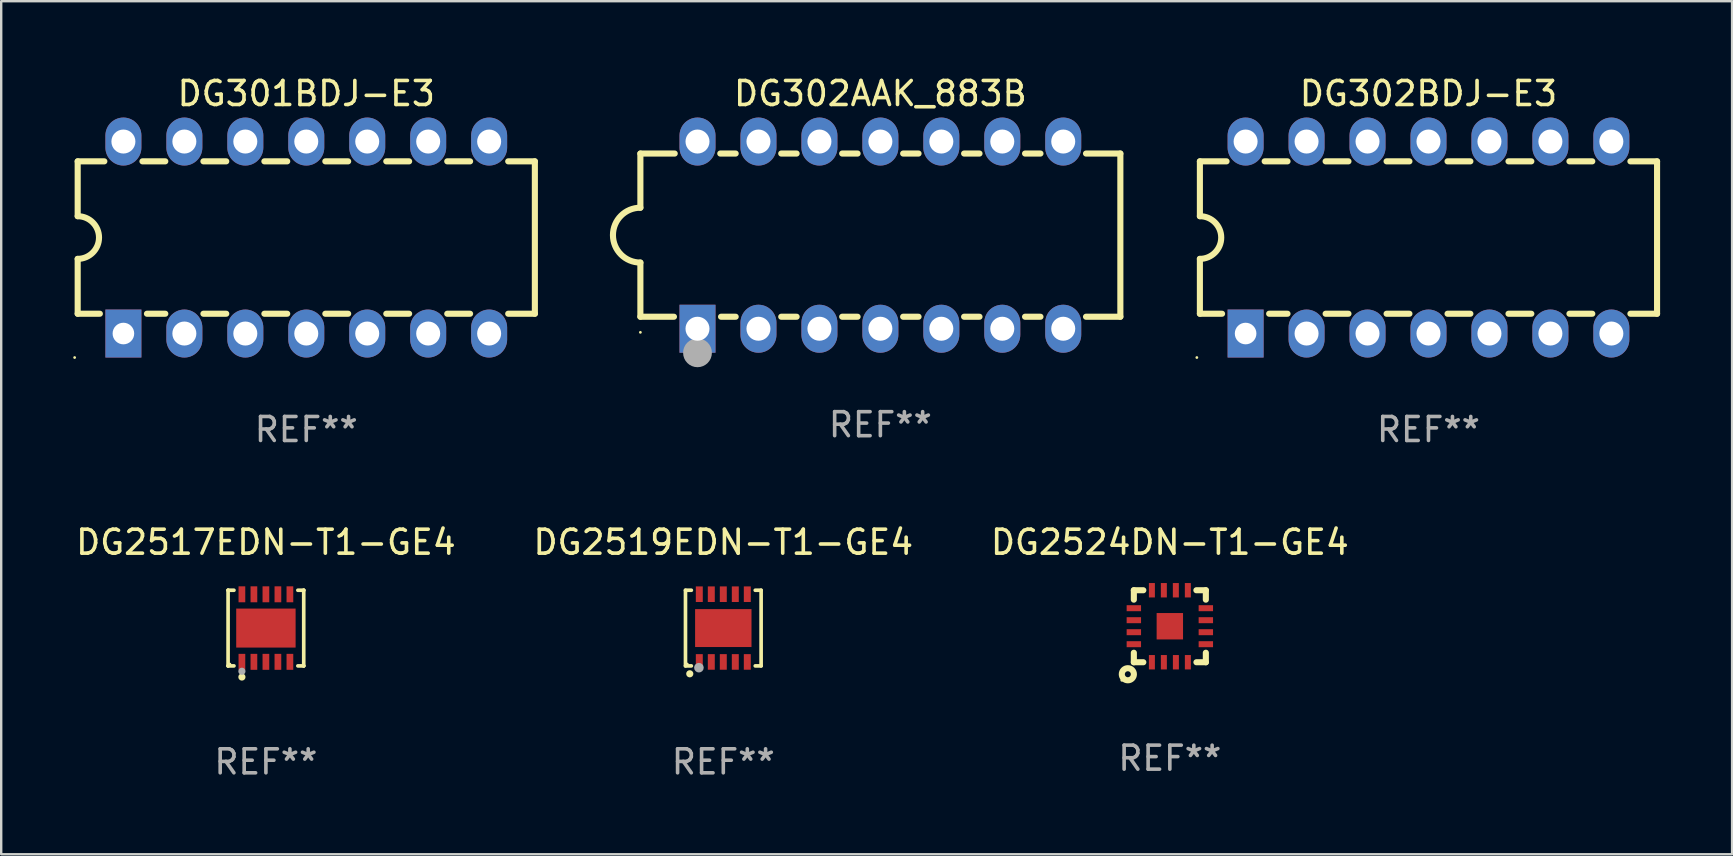
<source format=kicad_pcb>
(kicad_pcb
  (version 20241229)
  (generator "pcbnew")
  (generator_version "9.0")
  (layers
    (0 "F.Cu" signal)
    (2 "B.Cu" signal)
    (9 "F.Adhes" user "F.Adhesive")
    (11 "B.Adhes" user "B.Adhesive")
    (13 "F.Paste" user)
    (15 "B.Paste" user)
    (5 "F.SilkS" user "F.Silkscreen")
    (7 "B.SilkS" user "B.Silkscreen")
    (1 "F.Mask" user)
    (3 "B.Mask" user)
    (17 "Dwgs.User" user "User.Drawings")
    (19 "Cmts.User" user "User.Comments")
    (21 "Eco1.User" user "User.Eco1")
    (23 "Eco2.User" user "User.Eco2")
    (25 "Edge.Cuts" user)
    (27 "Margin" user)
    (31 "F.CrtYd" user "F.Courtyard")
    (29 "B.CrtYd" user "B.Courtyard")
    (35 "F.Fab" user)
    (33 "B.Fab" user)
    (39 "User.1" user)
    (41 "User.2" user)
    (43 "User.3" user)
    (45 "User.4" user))
  (footprint "DG302BDJ-E3"
    (layer "F.Cu")
    (at 56.473 6.848)
    (property "Reference" "DG302BDJ-E3" (at 0 -6 0) (layer "F.SilkS") (effects (font (size 1 1) (thickness 0.15))))
    (attr through_hole)
    (fp_line (start -9.525 -3.175) (end -9.525 -0.889) (stroke (width 0.254) (type solid)) (layer "F.SilkS"))
    (fp_line (start -9.525 -3.175) (end -8.414 -3.175) (stroke (width 0.254) (type solid)) (layer "F.SilkS"))
    (fp_line (start -9.525 3.175) (end -9.525 0.889) (stroke (width 0.254) (type solid)) (layer "F.SilkS"))
    (fp_line (start -8.601 3.175) (end -9.525 3.175) (stroke (width 0.254) (type solid)) (layer "F.SilkS"))
    (fp_line (start -6.826 -3.175) (end -5.874 -3.175) (stroke (width 0.254) (type solid)) (layer "F.SilkS"))
    (fp_line (start -5.874 3.175) (end -6.639 3.175) (stroke (width 0.254) (type solid)) (layer "F.SilkS"))
    (fp_line (start -4.286 -3.175) (end -3.334 -3.175) (stroke (width 0.254) (type solid)) (layer "F.SilkS"))
    (fp_line (start -3.334 3.175) (end -4.286 3.175) (stroke (width 0.254) (type solid)) (layer "F.SilkS"))
    (fp_line (start -1.746 -3.175) (end -0.794 -3.175) (stroke (width 0.254) (type solid)) (layer "F.SilkS"))
    (fp_line (start -0.794 3.175) (end -1.746 3.175) (stroke (width 0.254) (type solid)) (layer "F.SilkS"))
    (fp_line (start 0.794 -3.175) (end 1.746 -3.175) (stroke (width 0.254) (type solid)) (layer "F.SilkS"))
    (fp_line (start 1.746 3.175) (end 0.794 3.175) (stroke (width 0.254) (type solid)) (layer "F.SilkS"))
    (fp_line (start 3.334 -3.175) (end 4.286 -3.175) (stroke (width 0.254) (type solid)) (layer "F.SilkS"))
    (fp_line (start 4.286 3.175) (end 3.334 3.175) (stroke (width 0.254) (type solid)) (layer "F.SilkS"))
    (fp_line (start 5.874 -3.175) (end 6.826 -3.175) (stroke (width 0.254) (type solid)) (layer "F.SilkS"))
    (fp_line (start 6.826 3.175) (end 5.874 3.175) (stroke (width 0.254) (type solid)) (layer "F.SilkS"))
    (fp_line (start 8.414 -3.175) (end 9.525 -3.175) (stroke (width 0.254) (type solid)) (layer "F.SilkS"))
    (fp_line (start 9.525 -3.175) (end 9.525 3.175) (stroke (width 0.254) (type solid)) (layer "F.SilkS"))
    (fp_line (start 9.525 3.175) (end 8.414 3.175) (stroke (width 0.254) (type solid)) (layer "F.SilkS"))
    (fp_arc (start -9.525019 -0.889002) (mid -8.636017 0) (end -9.525019 0.889002) (stroke (width 0.254001) (type solid)) (layer "F.SilkS"))
    (fp_circle (center -9.652 5) (end -9.622 5) (stroke (width 0.06) (type solid)) (fill no) (layer "F.SilkS"))
    (fp_text user "REF**" (at 0 8 0) (layer "F.Fab") (effects (font (size 1 1) (thickness 0.15))))
    (pad "1" thru_hole rect (at -7.62 4 90) (size 2 1.5) (drill 0.9) (layers "*.Cu" "*.Mask"))
    (pad "2" thru_hole oval (at -5.08 4 90) (size 2 1.5) (drill 1) (layers "*.Cu" "*.Mask"))
    (pad "3" thru_hole oval (at -2.54 4 90) (size 2 1.5) (drill 1) (layers "*.Cu" "*.Mask"))
    (pad "4" thru_hole oval (at 0 4 90) (size 2 1.5) (drill 1) (layers "*.Cu" "*.Mask"))
    (pad "5" thru_hole oval (at 2.54 4 90) (size 2 1.5) (drill 1) (layers "*.Cu" "*.Mask"))
    (pad "6" thru_hole oval (at 5.08 4 90) (size 2 1.5) (drill 1) (layers "*.Cu" "*.Mask"))
    (pad "7" thru_hole oval (at 7.62 4 90) (size 2 1.5) (drill 1) (layers "*.Cu" "*.Mask"))
    (pad "8" thru_hole oval (at 7.62 -4 90) (size 2 1.5) (drill 1) (layers "*.Cu" "*.Mask"))
    (pad "9" thru_hole oval (at 5.08 -4 90) (size 2 1.5) (drill 1) (layers "*.Cu" "*.Mask"))
    (pad "10" thru_hole oval (at 2.54 -4 90) (size 2 1.5) (drill 1) (layers "*.Cu" "*.Mask"))
    (pad "11" thru_hole oval (at 0 -4 90) (size 2 1.5) (drill 1) (layers "*.Cu" "*.Mask"))
    (pad "12" thru_hole oval (at -2.54 -4 90) (size 2 1.5) (drill 1) (layers "*.Cu" "*.Mask"))
    (pad "13" thru_hole oval (at -5.08 -4 90) (size 2 1.5) (drill 1) (layers "*.Cu" "*.Mask"))
    (pad "14" thru_hole oval (at -7.62 -4 90) (size 2 1.5) (drill 1) (layers "*.Cu" "*.Mask")))
  (footprint "DG2517EDN-T1-GE4"
    (layer "F.Cu")
    (at 8.03 23.121)
    (property "Reference" "DG2517EDN-T1-GE4" (at 0 -3.576 0) (layer "F.SilkS") (effects (font (size 1 1) (thickness 0.15))))
    (attr through_hole)
    (fp_line (start -1.576 -1.576) (end -1.576 -1.576) (stroke (width 0.152) (type solid)) (layer "F.SilkS"))
    (fp_line (start -1.576 -1.576) (end -1.331 -1.576) (stroke (width 0.152) (type solid)) (layer "F.SilkS"))
    (fp_line (start -1.576 1.576) (end -1.576 -1.576) (stroke (width 0.152) (type solid)) (layer "F.SilkS"))
    (fp_line (start -1.576 1.576) (end -1.576 1.576) (stroke (width 0.152) (type solid)) (layer "F.SilkS"))
    (fp_line (start -1.331 1.576) (end -1.576 1.576) (stroke (width 0.152) (type solid)) (layer "F.SilkS"))
    (fp_line (start 1.331 1.576) (end 1.576 1.576) (stroke (width 0.152) (type solid)) (layer "F.SilkS"))
    (fp_line (start 1.576 -1.576) (end 1.331 -1.576) (stroke (width 0.152) (type solid)) (layer "F.SilkS"))
    (fp_line (start 1.576 -1.576) (end 1.576 -1.576) (stroke (width 0.152) (type solid)) (layer "F.SilkS"))
    (fp_line (start 1.576 1.576) (end 1.576 -1.576) (stroke (width 0.152) (type solid)) (layer "F.SilkS"))
    (fp_line (start 1.576 1.576) (end 1.576 1.576) (stroke (width 0.152) (type solid)) (layer "F.SilkS"))
    (fp_circle (center -1.5 1.5) (end -1.47 1.5) (stroke (width 0.06) (type solid)) (fill no) (layer "F.SilkS"))
    (fp_circle (center -1 2.04) (end -0.925 2.04) (stroke (width 0.15) (type solid)) (fill no) (layer "F.SilkS"))
    (fp_circle (center -1 1.8) (end -0.925 1.8) (stroke (width 0.15) (type solid)) (fill no) (layer "F.Fab"))
    (fp_text user "REF**" (at 0 5.576 0) (layer "F.Fab") (effects (font (size 1 1) (thickness 0.15))))
    (pad "1" smd rect (at -1 1.407) (size 0.28 0.665) (layers "F.Cu" "F.Mask" "F.Paste"))
    (pad "2" smd rect (at -0.5 1.407) (size 0.28 0.665) (layers "F.Cu" "F.Mask" "F.Paste"))
    (pad "3" smd rect (at 0 1.407) (size 0.28 0.665) (layers "F.Cu" "F.Mask" "F.Paste"))
    (pad "4" smd rect (at 0.5 1.407) (size 0.28 0.665) (layers "F.Cu" "F.Mask" "F.Paste"))
    (pad "5" smd rect (at 1 1.407) (size 0.28 0.665) (layers "F.Cu" "F.Mask" "F.Paste"))
    (pad "6" smd rect (at 1 -1.407) (size 0.28 0.665) (layers "F.Cu" "F.Mask" "F.Paste"))
    (pad "7" smd rect (at 0.5 -1.407) (size 0.28 0.665) (layers "F.Cu" "F.Mask" "F.Paste"))
    (pad "8" smd rect (at 0 -1.407) (size 0.28 0.665) (layers "F.Cu" "F.Mask" "F.Paste"))
    (pad "9" smd rect (at -0.5 -1.407) (size 0.28 0.665) (layers "F.Cu" "F.Mask" "F.Paste"))
    (pad "10" smd rect (at -1 -1.407) (size 0.28 0.665) (layers "F.Cu" "F.Mask" "F.Paste"))
    (pad "11" smd rect (at 0 0) (size 2.475 1.625) (layers "F.Cu" "F.Mask" "F.Paste")))
  (footprint "DG301BDJ-E3"
    (layer "F.Cu")
    (at 9.712 6.848)
    (property "Reference" "DG301BDJ-E3" (at 0 -6 0) (layer "F.SilkS") (effects (font (size 1 1) (thickness 0.15))))
    (attr through_hole)
    (fp_line (start -9.525 -3.175) (end -9.525 -0.889) (stroke (width 0.254) (type solid)) (layer "F.SilkS"))
    (fp_line (start -9.525 -3.175) (end -8.414 -3.175) (stroke (width 0.254) (type solid)) (layer "F.SilkS"))
    (fp_line (start -9.525 3.175) (end -9.525 0.889) (stroke (width 0.254) (type solid)) (layer "F.SilkS"))
    (fp_line (start -8.601 3.175) (end -9.525 3.175) (stroke (width 0.254) (type solid)) (layer "F.SilkS"))
    (fp_line (start -6.826 -3.175) (end -5.874 -3.175) (stroke (width 0.254) (type solid)) (layer "F.SilkS"))
    (fp_line (start -5.874 3.175) (end -6.639 3.175) (stroke (width 0.254) (type solid)) (layer "F.SilkS"))
    (fp_line (start -4.286 -3.175) (end -3.334 -3.175) (stroke (width 0.254) (type solid)) (layer "F.SilkS"))
    (fp_line (start -3.334 3.175) (end -4.286 3.175) (stroke (width 0.254) (type solid)) (layer "F.SilkS"))
    (fp_line (start -1.746 -3.175) (end -0.794 -3.175) (stroke (width 0.254) (type solid)) (layer "F.SilkS"))
    (fp_line (start -0.794 3.175) (end -1.746 3.175) (stroke (width 0.254) (type solid)) (layer "F.SilkS"))
    (fp_line (start 0.794 -3.175) (end 1.746 -3.175) (stroke (width 0.254) (type solid)) (layer "F.SilkS"))
    (fp_line (start 1.746 3.175) (end 0.794 3.175) (stroke (width 0.254) (type solid)) (layer "F.SilkS"))
    (fp_line (start 3.334 -3.175) (end 4.286 -3.175) (stroke (width 0.254) (type solid)) (layer "F.SilkS"))
    (fp_line (start 4.286 3.175) (end 3.334 3.175) (stroke (width 0.254) (type solid)) (layer "F.SilkS"))
    (fp_line (start 5.874 -3.175) (end 6.826 -3.175) (stroke (width 0.254) (type solid)) (layer "F.SilkS"))
    (fp_line (start 6.826 3.175) (end 5.874 3.175) (stroke (width 0.254) (type solid)) (layer "F.SilkS"))
    (fp_line (start 8.414 -3.175) (end 9.525 -3.175) (stroke (width 0.254) (type solid)) (layer "F.SilkS"))
    (fp_line (start 9.525 -3.175) (end 9.525 3.175) (stroke (width 0.254) (type solid)) (layer "F.SilkS"))
    (fp_line (start 9.525 3.175) (end 8.414 3.175) (stroke (width 0.254) (type solid)) (layer "F.SilkS"))
    (fp_arc (start -9.525019 -0.889002) (mid -8.636017 0) (end -9.525019 0.889002) (stroke (width 0.254001) (type solid)) (layer "F.SilkS"))
    (fp_circle (center -9.652 5) (end -9.622 5) (stroke (width 0.06) (type solid)) (fill no) (layer "F.SilkS"))
    (fp_text user "REF**" (at 0 8 0) (layer "F.Fab") (effects (font (size 1 1) (thickness 0.15))))
    (pad "1" thru_hole rect (at -7.62 4 90) (size 2 1.5) (drill 0.9) (layers "*.Cu" "*.Mask"))
    (pad "2" thru_hole oval (at -5.08 4 90) (size 2 1.5) (drill 1) (layers "*.Cu" "*.Mask"))
    (pad "3" thru_hole oval (at -2.54 4 90) (size 2 1.5) (drill 1) (layers "*.Cu" "*.Mask"))
    (pad "4" thru_hole oval (at 0 4 90) (size 2 1.5) (drill 1) (layers "*.Cu" "*.Mask"))
    (pad "5" thru_hole oval (at 2.54 4 90) (size 2 1.5) (drill 1) (layers "*.Cu" "*.Mask"))
    (pad "6" thru_hole oval (at 5.08 4 90) (size 2 1.5) (drill 1) (layers "*.Cu" "*.Mask"))
    (pad "7" thru_hole oval (at 7.62 4 90) (size 2 1.5) (drill 1) (layers "*.Cu" "*.Mask"))
    (pad "8" thru_hole oval (at 7.62 -4 90) (size 2 1.5) (drill 1) (layers "*.Cu" "*.Mask"))
    (pad "9" thru_hole oval (at 5.08 -4 90) (size 2 1.5) (drill 1) (layers "*.Cu" "*.Mask"))
    (pad "10" thru_hole oval (at 2.54 -4 90) (size 2 1.5) (drill 1) (layers "*.Cu" "*.Mask"))
    (pad "11" thru_hole oval (at 0 -4 90) (size 2 1.5) (drill 1) (layers "*.Cu" "*.Mask"))
    (pad "12" thru_hole oval (at -2.54 -4 90) (size 2 1.5) (drill 1) (layers "*.Cu" "*.Mask"))
    (pad "13" thru_hole oval (at -5.08 -4 90) (size 2 1.5) (drill 1) (layers "*.Cu" "*.Mask"))
    (pad "14" thru_hole oval (at -7.62 -4 90) (size 2 1.5) (drill 1) (layers "*.Cu" "*.Mask")))
  (footprint "DG2524DN-T1-GE4"
    (layer "F.Cu")
    (at 45.696 23.045)
    (property "Reference" "DG2524DN-T1-GE4" (at 0 -3.5 0) (layer "F.SilkS") (effects (font (size 1 1) (thickness 0.15))))
    (attr through_hole)
    (fp_line (start -1.5 -1.5) (end -1.5 -1.108) (stroke (width 0.254) (type solid)) (layer "F.SilkS"))
    (fp_line (start -1.5 -1.5) (end -1.105 -1.5) (stroke (width 0.254) (type solid)) (layer "F.SilkS"))
    (fp_line (start -1.5 1.104) (end -1.5 1.5) (stroke (width 0.254) (type solid)) (layer "F.SilkS"))
    (fp_line (start -1.5 1.5) (end -1.105 1.5) (stroke (width 0.254) (type solid)) (layer "F.SilkS"))
    (fp_line (start 1.106 -1.5) (end 1.5 -1.5) (stroke (width 0.254) (type solid)) (layer "F.SilkS"))
    (fp_line (start 1.108 1.5) (end 1.5 1.5) (stroke (width 0.254) (type solid)) (layer "F.SilkS"))
    (fp_line (start 1.5 -1.108) (end 1.5 -1.5) (stroke (width 0.254) (type solid)) (layer "F.SilkS"))
    (fp_line (start 1.5 1.5) (end 1.5 1.104) (stroke (width 0.254) (type solid)) (layer "F.SilkS"))
    (fp_circle (center -2.002 2.252) (end -1.972 2.252) (stroke (width 0.06) (type solid)) (fill no) (layer "F.SilkS"))
    (fp_circle (center -1.75 2) (end -1.625 2) (stroke (width 0.254) (type solid)) (fill no) (layer "F.SilkS"))
    (fp_text user "REF**" (at 0 5.5 0) (layer "F.Fab") (effects (font (size 1 1) (thickness 0.15))))
    (pad "1" smd rect (at -0.748 1.5 180) (size 0.25 0.6) (layers "F.Cu" "F.Mask" "F.Paste"))
    (pad "2" smd rect (at -0.249 1.5 180) (size 0.25 0.6) (layers "F.Cu" "F.Mask" "F.Paste"))
    (pad "3" smd rect (at 0.252 1.5 180) (size 0.25 0.6) (layers "F.Cu" "F.Mask" "F.Paste"))
    (pad "4" smd rect (at 0.751 1.5 180) (size 0.25 0.6) (layers "F.Cu" "F.Mask" "F.Paste"))
    (pad "5" smd rect (at 1.5 0.748 270) (size 0.25 0.6) (layers "F.Cu" "F.Mask" "F.Paste"))
    (pad "6" smd rect (at 1.5 0.248 270) (size 0.25 0.6) (layers "F.Cu" "F.Mask" "F.Paste"))
    (pad "7" smd rect (at 1.5 -0.252 270) (size 0.25 0.6) (layers "F.Cu" "F.Mask" "F.Paste"))
    (pad "8" smd rect (at 1.5 -0.752 270) (size 0.25 0.6) (layers "F.Cu" "F.Mask" "F.Paste"))
    (pad "9" smd rect (at 0.75 -1.5) (size 0.25 0.6) (layers "F.Cu" "F.Mask" "F.Paste"))
    (pad "10" smd rect (at 0.25 -1.5) (size 0.25 0.6) (layers "F.Cu" "F.Mask" "F.Paste"))
    (pad "11" smd rect (at -0.25 -1.5) (size 0.25 0.6) (layers "F.Cu" "F.Mask" "F.Paste"))
    (pad "12" smd rect (at -0.748 -1.5) (size 0.25 0.6) (layers "F.Cu" "F.Mask" "F.Paste"))
    (pad "13" smd rect (at -1.5 -0.752 90) (size 0.25 0.6) (layers "F.Cu" "F.Mask" "F.Paste"))
    (pad "14" smd rect (at -1.5 -0.252 90) (size 0.25 0.6) (layers "F.Cu" "F.Mask" "F.Paste"))
    (pad "15" smd rect (at -1.5 0.248 90) (size 0.25 0.6) (layers "F.Cu" "F.Mask" "F.Paste"))
    (pad "16" smd rect (at -1.5 0.748 90) (size 0.25 0.6) (layers "F.Cu" "F.Mask" "F.Paste"))
    (pad "17" smd rect (at -0.000191 -0.000051 90) (size 1.1 1.1) (layers "F.Cu" "F.Mask" "F.Paste")))
  (footprint "DG2519EDN-T1-GE4"
    (layer "F.Cu")
    (at 27.089 23.121)
    (property "Reference" "DG2519EDN-T1-GE4" (at 0 -3.576 0) (layer "F.SilkS") (effects (font (size 1 1) (thickness 0.15))))
    (attr through_hole)
    (fp_line (start -1.576 -1.576) (end -1.331 -1.576) (stroke (width 0.152) (type solid)) (layer "F.SilkS"))
    (fp_line (start -1.576 1.576) (end -1.576 -1.576) (stroke (width 0.152) (type solid)) (layer "F.SilkS"))
    (fp_line (start -1.331 1.576) (end -1.576 1.576) (stroke (width 0.152) (type solid)) (layer "F.SilkS"))
    (fp_line (start 1.331 1.576) (end 1.576 1.576) (stroke (width 0.152) (type solid)) (layer "F.SilkS"))
    (fp_line (start 1.576 -1.576) (end 1.331 -1.576) (stroke (width 0.152) (type solid)) (layer "F.SilkS"))
    (fp_line (start 1.576 1.576) (end 1.576 -1.576) (stroke (width 0.152) (type solid)) (layer "F.SilkS"))
    (fp_circle (center -1.5 1.5) (end -1.47 1.5) (stroke (width 0.06) (type solid)) (fill no) (layer "F.SilkS"))
    (fp_circle (center -1.397 1.905) (end -1.322 1.905) (stroke (width 0.15) (type solid)) (fill no) (layer "F.SilkS"))
    (fp_circle (center -1.016 1.651) (end -0.916 1.651) (stroke (width 0.2) (type solid)) (fill no) (layer "F.Fab"))
    (fp_text user "REF**" (at 0 5.576 0) (layer "F.Fab") (effects (font (size 1 1) (thickness 0.15))))
    (pad "1" smd rect (at -1 1.411) (size 0.29 0.65) (layers "F.Cu" "F.Mask" "F.Paste"))
    (pad "2" smd rect (at -0.5 1.411) (size 0.29 0.65) (layers "F.Cu" "F.Mask" "F.Paste"))
    (pad "3" smd rect (at 0 1.411) (size 0.29 0.65) (layers "F.Cu" "F.Mask" "F.Paste"))
    (pad "4" smd rect (at 0.5 1.411) (size 0.29 0.65) (layers "F.Cu" "F.Mask" "F.Paste"))
    (pad "5" smd rect (at 1 1.411) (size 0.29 0.65) (layers "F.Cu" "F.Mask" "F.Paste"))
    (pad "6" smd rect (at 1 -1.411) (size 0.29 0.65) (layers "F.Cu" "F.Mask" "F.Paste"))
    (pad "7" smd rect (at 0.5 -1.411) (size 0.29 0.65) (layers "F.Cu" "F.Mask" "F.Paste"))
    (pad "8" smd rect (at 0 -1.411) (size 0.29 0.65) (layers "F.Cu" "F.Mask" "F.Paste"))
    (pad "9" smd rect (at -0.5 -1.411) (size 0.29 0.65) (layers "F.Cu" "F.Mask" "F.Paste"))
    (pad "10" smd rect (at -1 -1.411) (size 0.29 0.65) (layers "F.Cu" "F.Mask" "F.Paste"))
    (pad "11" smd rect (at 0 0) (size 2.35 1.58) (layers "F.Cu" "F.Mask" "F.Paste")))
  (footprint "DG302AAK_883B"
    (layer "F.Cu")
    (at 33.634 6.748)
    (property "Reference" "DG302AAK_883B" (at 0 -5.9 0) (layer "F.SilkS") (effects (font (size 1 1) (thickness 0.15))))
    (attr through_hole)
    (fp_line (start -10 -3.4) (end -10 -1.143) (stroke (width 0.254) (type solid)) (layer "F.SilkS"))
    (fp_line (start -10 -3.4) (end -8.569 -3.4) (stroke (width 0.254) (type solid)) (layer "F.SilkS"))
    (fp_line (start -10 3.4) (end -10 1.143) (stroke (width 0.254) (type solid)) (layer "F.SilkS"))
    (fp_line (start -10 3.4) (end -8.601 3.4) (stroke (width 0.254) (type solid)) (layer "F.SilkS"))
    (fp_line (start -6.671 -3.4) (end -6.029 -3.4) (stroke (width 0.254) (type solid)) (layer "F.SilkS"))
    (fp_line (start -6.639 3.4) (end -6.029 3.4) (stroke (width 0.254) (type solid)) (layer "F.SilkS"))
    (fp_line (start -4.131 -3.4) (end -3.489 -3.4) (stroke (width 0.254) (type solid)) (layer "F.SilkS"))
    (fp_line (start -4.131 3.4) (end -3.489 3.4) (stroke (width 0.254) (type solid)) (layer "F.SilkS"))
    (fp_line (start -1.591 -3.4) (end -0.949 -3.4) (stroke (width 0.254) (type solid)) (layer "F.SilkS"))
    (fp_line (start -1.591 3.4) (end -0.949 3.4) (stroke (width 0.254) (type solid)) (layer "F.SilkS"))
    (fp_line (start 0.949 -3.4) (end 1.591 -3.4) (stroke (width 0.254) (type solid)) (layer "F.SilkS"))
    (fp_line (start 0.949 3.4) (end 1.591 3.4) (stroke (width 0.254) (type solid)) (layer "F.SilkS"))
    (fp_line (start 3.489 -3.4) (end 4.131 -3.4) (stroke (width 0.254) (type solid)) (layer "F.SilkS"))
    (fp_line (start 3.489 3.4) (end 4.131 3.4) (stroke (width 0.254) (type solid)) (layer "F.SilkS"))
    (fp_line (start 6.029 -3.4) (end 6.671 -3.4) (stroke (width 0.254) (type solid)) (layer "F.SilkS"))
    (fp_line (start 6.029 3.4) (end 6.671 3.4) (stroke (width 0.254) (type solid)) (layer "F.SilkS"))
    (fp_line (start 8.569 -3.4) (end 10 -3.4) (stroke (width 0.254) (type solid)) (layer "F.SilkS"))
    (fp_line (start 8.569 3.4) (end 10 3.4) (stroke (width 0.254) (type solid)) (layer "F.SilkS"))
    (fp_line (start 10 -3.4) (end 10 3.4) (stroke (width 0.254) (type solid)) (layer "F.SilkS"))
    (fp_arc (start -10.000025 1.142875) (mid -11.143002 -0.00014) (end -10 -1.143129) (stroke (width 0.254001) (type solid)) (layer "F.SilkS"))
    (fp_circle (center -10 4.05) (end -9.97 4.05) (stroke (width 0.06) (type solid)) (fill no) (layer "F.SilkS"))
    (fp_circle (center -7.62 4.903) (end -7.32 4.903) (stroke (width 0.6) (type solid)) (fill no) (layer "F.Fab"))
    (fp_text user "REF**" (at 0 7.9 0) (layer "F.Fab") (effects (font (size 1 1) (thickness 0.15))))
    (pad "1" thru_hole rect (at -7.62 3.9 90) (size 2 1.5) (drill 1) (layers "*.Cu" "*.Mask"))
    (pad "2" thru_hole oval (at -5.08 3.9 90) (size 2 1.5) (drill 1) (layers "*.Cu" "*.Mask"))
    (pad "3" thru_hole oval (at -2.54 3.9 90) (size 2 1.5) (drill 1) (layers "*.Cu" "*.Mask"))
    (pad "4" thru_hole oval (at 0 3.9 90) (size 2 1.5) (drill 1) (layers "*.Cu" "*.Mask"))
    (pad "5" thru_hole oval (at 2.54 3.9 90) (size 2 1.5) (drill 1) (layers "*.Cu" "*.Mask"))
    (pad "6" thru_hole oval (at 5.08 3.9 90) (size 2 1.5) (drill 1) (layers "*.Cu" "*.Mask"))
    (pad "7" thru_hole oval (at 7.62 3.9 90) (size 2 1.5) (drill 1) (layers "*.Cu" "*.Mask"))
    (pad "8" thru_hole oval (at 7.62 -3.9 90) (size 2 1.5) (drill 1) (layers "*.Cu" "*.Mask"))
    (pad "9" thru_hole oval (at 5.08 -3.9 90) (size 2 1.5) (drill 1) (layers "*.Cu" "*.Mask"))
    (pad "10" thru_hole oval (at 2.54 -3.9 90) (size 2 1.5) (drill 1) (layers "*.Cu" "*.Mask"))
    (pad "11" thru_hole oval (at 0 -3.9 90) (size 2 1.5) (drill 1) (layers "*.Cu" "*.Mask"))
    (pad "12" thru_hole oval (at -2.54 -3.9 90) (size 2 1.5) (drill 1) (layers "*.Cu" "*.Mask"))
    (pad "13" thru_hole oval (at -5.08 -3.9 90) (size 2 1.5) (drill 1) (layers "*.Cu" "*.Mask"))
    (pad "14" thru_hole oval (at -7.62 -3.9 90) (size 2 1.5) (drill 1) (layers "*.Cu" "*.Mask")))
  (gr_rect
    (start -3 -3)
    (end 69.125 32.545)
    (stroke (width 0.1) (type default))
    (fill no)
    (layer "Edge.Cuts")))
</source>
